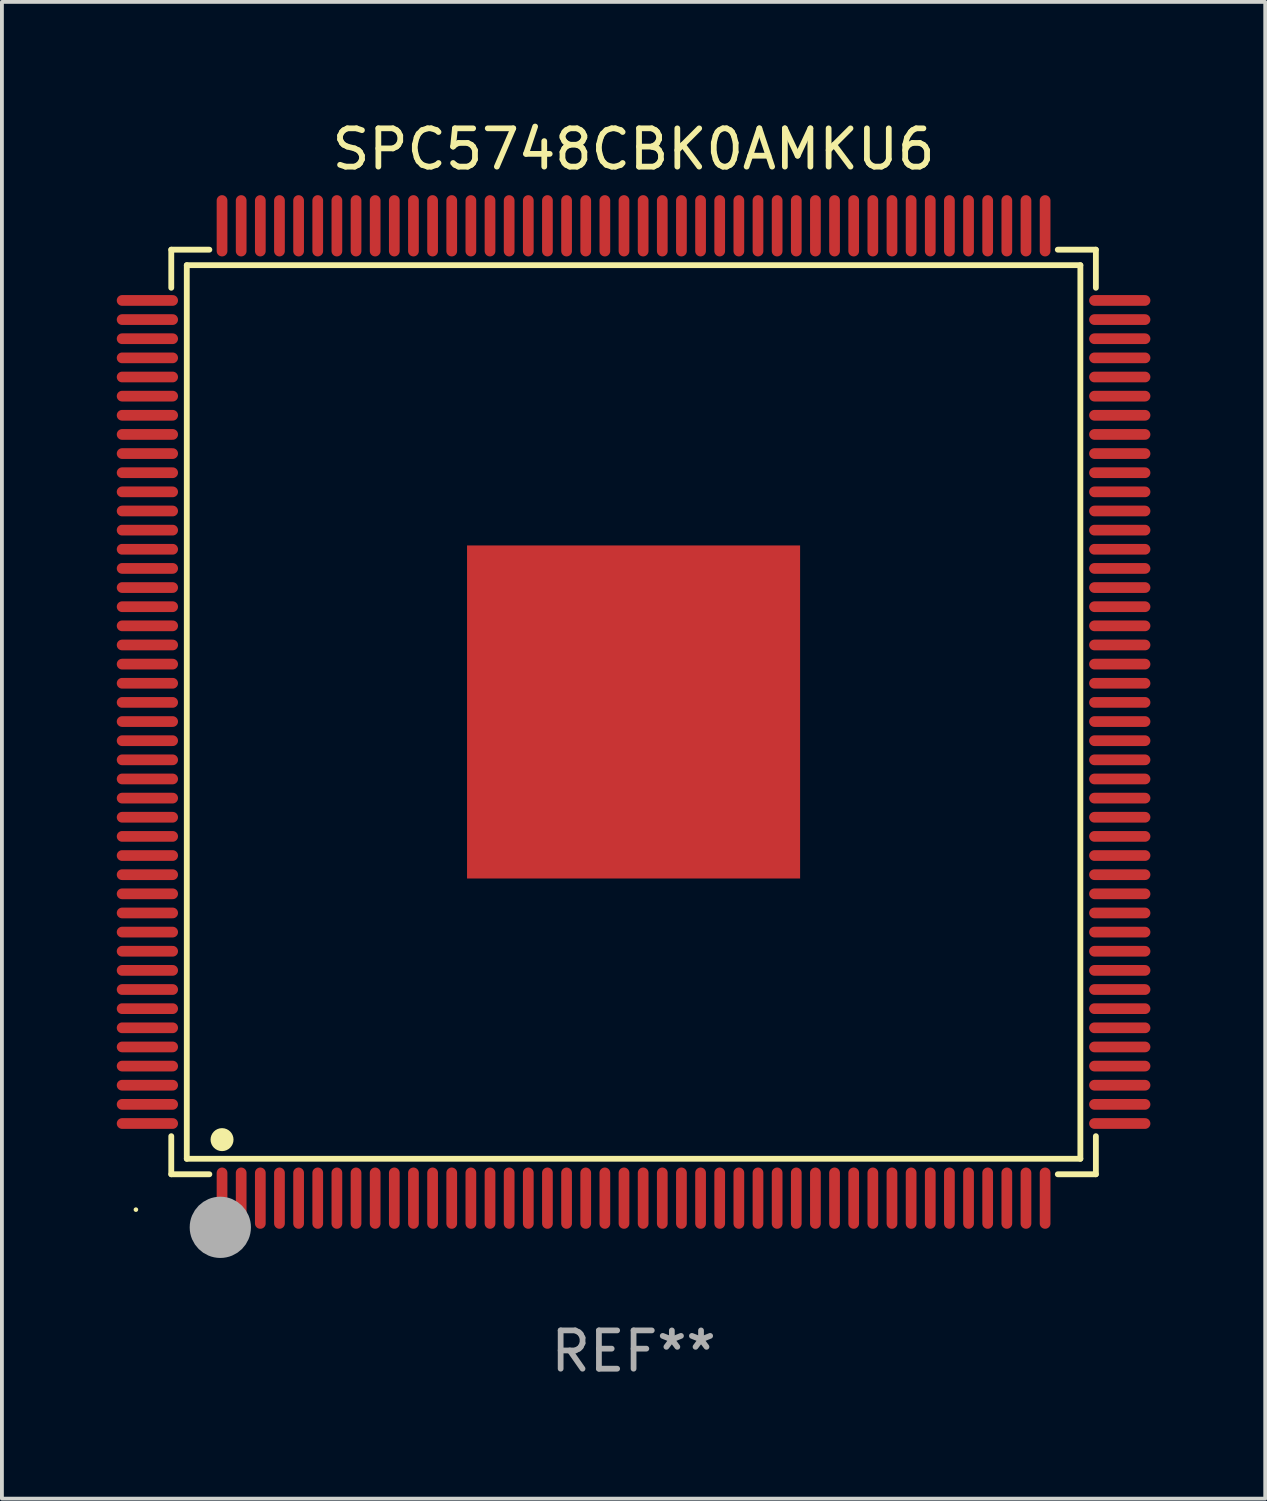
<source format=kicad_pcb>
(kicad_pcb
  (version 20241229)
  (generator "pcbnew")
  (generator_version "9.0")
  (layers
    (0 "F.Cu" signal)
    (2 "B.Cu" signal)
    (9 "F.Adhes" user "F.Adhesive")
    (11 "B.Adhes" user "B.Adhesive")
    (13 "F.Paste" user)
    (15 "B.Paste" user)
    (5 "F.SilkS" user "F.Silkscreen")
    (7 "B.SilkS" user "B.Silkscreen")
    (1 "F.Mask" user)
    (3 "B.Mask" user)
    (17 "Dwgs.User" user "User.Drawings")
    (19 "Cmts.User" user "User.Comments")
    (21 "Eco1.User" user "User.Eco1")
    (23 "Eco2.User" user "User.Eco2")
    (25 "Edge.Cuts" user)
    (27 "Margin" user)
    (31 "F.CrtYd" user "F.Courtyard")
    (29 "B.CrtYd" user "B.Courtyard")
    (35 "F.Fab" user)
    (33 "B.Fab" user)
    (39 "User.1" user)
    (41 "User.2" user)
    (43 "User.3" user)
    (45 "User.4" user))
  (footprint "SPC5748CBK0AMKU6"
    (layer "F.Cu")
    (at 13.5 15.548)
    (property "Reference" "SPC5748CBK0AMKU6" (at 0 -14.7 0) (layer "F.SilkS") (effects (font (size 1 1) (thickness 0.15))))
    (attr through_hole)
    (fp_line (start -12.076 -12.076) (end -11.081 -12.076) (stroke (width 0.152) (type solid)) (layer "F.SilkS"))
    (fp_line (start -12.076 -11.081) (end -12.076 -12.076) (stroke (width 0.152) (type solid)) (layer "F.SilkS"))
    (fp_line (start -12.076 11.081) (end -12.076 12.076) (stroke (width 0.152) (type solid)) (layer "F.SilkS"))
    (fp_line (start -12.076 12.076) (end -11.081 12.076) (stroke (width 0.152) (type solid)) (layer "F.SilkS"))
    (fp_line (start -11.671 -11.671) (end 11.671 -11.671) (stroke (width 0.152) (type solid)) (layer "F.SilkS"))
    (fp_line (start -11.671 11.671) (end -11.671 -11.671) (stroke (width 0.152) (type solid)) (layer "F.SilkS"))
    (fp_line (start 11.671 -11.671) (end 11.671 11.671) (stroke (width 0.152) (type solid)) (layer "F.SilkS"))
    (fp_line (start 11.671 11.671) (end -11.671 11.671) (stroke (width 0.152) (type solid)) (layer "F.SilkS"))
    (fp_line (start 12.076 -12.076) (end 11.081 -12.076) (stroke (width 0.152) (type solid)) (layer "F.SilkS"))
    (fp_line (start 12.076 -11.081) (end 12.076 -12.076) (stroke (width 0.152) (type solid)) (layer "F.SilkS"))
    (fp_line (start 12.076 11.081) (end 12.076 12.076) (stroke (width 0.152) (type solid)) (layer "F.SilkS"))
    (fp_line (start 12.076 12.076) (end 11.081 12.076) (stroke (width 0.152) (type solid)) (layer "F.SilkS"))
    (fp_circle (center -13 13) (end -12.97 13) (stroke (width 0.06) (type solid)) (fill no) (layer "F.SilkS"))
    (fp_circle (center -10.75 11.171) (end -10.6 11.171) (stroke (width 0.3) (type solid)) (fill no) (layer "F.SilkS"))
    (fp_circle (center -10.75 13.8) (end -10.65 13.8) (stroke (width 0.2) (type solid)) (fill no) (layer "F.SilkS"))
    (fp_circle (center -10.795 13.462) (end -10.395 13.462) (stroke (width 0.8) (type solid)) (fill no) (layer "F.Fab"))
    (fp_text user "REF**" (at 0 16.7 0) (layer "F.Fab") (effects (font (size 1 1) (thickness 0.15))))
    (pad "1" smd oval (at -10.75 12.7) (size 0.28 1.6) (layers "F.Cu" "F.Mask" "F.Paste"))
    (pad "2" smd oval (at -10.25 12.7) (size 0.28 1.6) (layers "F.Cu" "F.Mask" "F.Paste"))
    (pad "3" smd oval (at -9.75 12.7) (size 0.28 1.6) (layers "F.Cu" "F.Mask" "F.Paste"))
    (pad "4" smd oval (at -9.25 12.7) (size 0.28 1.6) (layers "F.Cu" "F.Mask" "F.Paste"))
    (pad "5" smd oval (at -8.75 12.7) (size 0.28 1.6) (layers "F.Cu" "F.Mask" "F.Paste"))
    (pad "6" smd oval (at -8.25 12.7) (size 0.28 1.6) (layers "F.Cu" "F.Mask" "F.Paste"))
    (pad "7" smd oval (at -7.75 12.7) (size 0.28 1.6) (layers "F.Cu" "F.Mask" "F.Paste"))
    (pad "8" smd oval (at -7.25 12.7) (size 0.28 1.6) (layers "F.Cu" "F.Mask" "F.Paste"))
    (pad "9" smd oval (at -6.75 12.7) (size 0.28 1.6) (layers "F.Cu" "F.Mask" "F.Paste"))
    (pad "10" smd oval (at -6.25 12.7) (size 0.28 1.6) (layers "F.Cu" "F.Mask" "F.Paste"))
    (pad "11" smd oval (at -5.75 12.7) (size 0.28 1.6) (layers "F.Cu" "F.Mask" "F.Paste"))
    (pad "12" smd oval (at -5.25 12.7) (size 0.28 1.6) (layers "F.Cu" "F.Mask" "F.Paste"))
    (pad "13" smd oval (at -4.75 12.7) (size 0.28 1.6) (layers "F.Cu" "F.Mask" "F.Paste"))
    (pad "14" smd oval (at -4.25 12.7) (size 0.28 1.6) (layers "F.Cu" "F.Mask" "F.Paste"))
    (pad "15" smd oval (at -3.75 12.7) (size 0.28 1.6) (layers "F.Cu" "F.Mask" "F.Paste"))
    (pad "16" smd oval (at -3.25 12.7) (size 0.28 1.6) (layers "F.Cu" "F.Mask" "F.Paste"))
    (pad "17" smd oval (at -2.75 12.7) (size 0.28 1.6) (layers "F.Cu" "F.Mask" "F.Paste"))
    (pad "18" smd oval (at -2.25 12.7) (size 0.28 1.6) (layers "F.Cu" "F.Mask" "F.Paste"))
    (pad "19" smd oval (at -1.75 12.7) (size 0.28 1.6) (layers "F.Cu" "F.Mask" "F.Paste"))
    (pad "20" smd oval (at -1.25 12.7) (size 0.28 1.6) (layers "F.Cu" "F.Mask" "F.Paste"))
    (pad "21" smd oval (at -0.75 12.7) (size 0.28 1.6) (layers "F.Cu" "F.Mask" "F.Paste"))
    (pad "22" smd oval (at -0.25 12.7) (size 0.28 1.6) (layers "F.Cu" "F.Mask" "F.Paste"))
    (pad "23" smd oval (at 0.25 12.7) (size 0.28 1.6) (layers "F.Cu" "F.Mask" "F.Paste"))
    (pad "24" smd oval (at 0.75 12.7) (size 0.28 1.6) (layers "F.Cu" "F.Mask" "F.Paste"))
    (pad "25" smd oval (at 1.25 12.7) (size 0.28 1.6) (layers "F.Cu" "F.Mask" "F.Paste"))
    (pad "26" smd oval (at 1.75 12.7) (size 0.28 1.6) (layers "F.Cu" "F.Mask" "F.Paste"))
    (pad "27" smd oval (at 2.25 12.7) (size 0.28 1.6) (layers "F.Cu" "F.Mask" "F.Paste"))
    (pad "28" smd oval (at 2.75 12.7) (size 0.28 1.6) (layers "F.Cu" "F.Mask" "F.Paste"))
    (pad "29" smd oval (at 3.25 12.7) (size 0.28 1.6) (layers "F.Cu" "F.Mask" "F.Paste"))
    (pad "30" smd oval (at 3.75 12.7) (size 0.28 1.6) (layers "F.Cu" "F.Mask" "F.Paste"))
    (pad "31" smd oval (at 4.25 12.7) (size 0.28 1.6) (layers "F.Cu" "F.Mask" "F.Paste"))
    (pad "32" smd oval (at 4.75 12.7) (size 0.28 1.6) (layers "F.Cu" "F.Mask" "F.Paste"))
    (pad "33" smd oval (at 5.25 12.7) (size 0.28 1.6) (layers "F.Cu" "F.Mask" "F.Paste"))
    (pad "34" smd oval (at 5.75 12.7) (size 0.28 1.6) (layers "F.Cu" "F.Mask" "F.Paste"))
    (pad "35" smd oval (at 6.25 12.7) (size 0.28 1.6) (layers "F.Cu" "F.Mask" "F.Paste"))
    (pad "36" smd oval (at 6.75 12.7) (size 0.28 1.6) (layers "F.Cu" "F.Mask" "F.Paste"))
    (pad "37" smd oval (at 7.25 12.7) (size 0.28 1.6) (layers "F.Cu" "F.Mask" "F.Paste"))
    (pad "38" smd oval (at 7.75 12.7) (size 0.28 1.6) (layers "F.Cu" "F.Mask" "F.Paste"))
    (pad "39" smd oval (at 8.25 12.7) (size 0.28 1.6) (layers "F.Cu" "F.Mask" "F.Paste"))
    (pad "40" smd oval (at 8.75 12.7) (size 0.28 1.6) (layers "F.Cu" "F.Mask" "F.Paste"))
    (pad "41" smd oval (at 9.25 12.7) (size 0.28 1.6) (layers "F.Cu" "F.Mask" "F.Paste"))
    (pad "42" smd oval (at 9.75 12.7) (size 0.28 1.6) (layers "F.Cu" "F.Mask" "F.Paste"))
    (pad "43" smd oval (at 10.25 12.7) (size 0.28 1.6) (layers "F.Cu" "F.Mask" "F.Paste"))
    (pad "44" smd oval (at 10.75 12.7) (size 0.28 1.6) (layers "F.Cu" "F.Mask" "F.Paste"))
    (pad "45" smd oval (at 12.7 10.75) (size 1.6 0.28) (layers "F.Cu" "F.Mask" "F.Paste"))
    (pad "46" smd oval (at 12.7 10.25) (size 1.6 0.28) (layers "F.Cu" "F.Mask" "F.Paste"))
    (pad "47" smd oval (at 12.7 9.75) (size 1.6 0.28) (layers "F.Cu" "F.Mask" "F.Paste"))
    (pad "48" smd oval (at 12.7 9.25) (size 1.6 0.28) (layers "F.Cu" "F.Mask" "F.Paste"))
    (pad "49" smd oval (at 12.7 8.75) (size 1.6 0.28) (layers "F.Cu" "F.Mask" "F.Paste"))
    (pad "50" smd oval (at 12.7 8.25) (size 1.6 0.28) (layers "F.Cu" "F.Mask" "F.Paste"))
    (pad "51" smd oval (at 12.7 7.75) (size 1.6 0.28) (layers "F.Cu" "F.Mask" "F.Paste"))
    (pad "52" smd oval (at 12.7 7.25) (size 1.6 0.28) (layers "F.Cu" "F.Mask" "F.Paste"))
    (pad "53" smd oval (at 12.7 6.75) (size 1.6 0.28) (layers "F.Cu" "F.Mask" "F.Paste"))
    (pad "54" smd oval (at 12.7 6.25) (size 1.6 0.28) (layers "F.Cu" "F.Mask" "F.Paste"))
    (pad "55" smd oval (at 12.7 5.75) (size 1.6 0.28) (layers "F.Cu" "F.Mask" "F.Paste"))
    (pad "56" smd oval (at 12.7 5.25) (size 1.6 0.28) (layers "F.Cu" "F.Mask" "F.Paste"))
    (pad "57" smd oval (at 12.7 4.75) (size 1.6 0.28) (layers "F.Cu" "F.Mask" "F.Paste"))
    (pad "58" smd oval (at 12.7 4.25) (size 1.6 0.28) (layers "F.Cu" "F.Mask" "F.Paste"))
    (pad "59" smd oval (at 12.7 3.75) (size 1.6 0.28) (layers "F.Cu" "F.Mask" "F.Paste"))
    (pad "60" smd oval (at 12.7 3.25) (size 1.6 0.28) (layers "F.Cu" "F.Mask" "F.Paste"))
    (pad "61" smd oval (at 12.7 2.75) (size 1.6 0.28) (layers "F.Cu" "F.Mask" "F.Paste"))
    (pad "62" smd oval (at 12.7 2.25) (size 1.6 0.28) (layers "F.Cu" "F.Mask" "F.Paste"))
    (pad "63" smd oval (at 12.7 1.75) (size 1.6 0.28) (layers "F.Cu" "F.Mask" "F.Paste"))
    (pad "64" smd oval (at 12.7 1.25) (size 1.6 0.28) (layers "F.Cu" "F.Mask" "F.Paste"))
    (pad "65" smd oval (at 12.7 0.75) (size 1.6 0.28) (layers "F.Cu" "F.Mask" "F.Paste"))
    (pad "66" smd oval (at 12.7 0.25) (size 1.6 0.28) (layers "F.Cu" "F.Mask" "F.Paste"))
    (pad "67" smd oval (at 12.7 -0.25) (size 1.6 0.28) (layers "F.Cu" "F.Mask" "F.Paste"))
    (pad "68" smd oval (at 12.7 -0.75) (size 1.6 0.28) (layers "F.Cu" "F.Mask" "F.Paste"))
    (pad "69" smd oval (at 12.7 -1.25) (size 1.6 0.28) (layers "F.Cu" "F.Mask" "F.Paste"))
    (pad "70" smd oval (at 12.7 -1.75) (size 1.6 0.28) (layers "F.Cu" "F.Mask" "F.Paste"))
    (pad "71" smd oval (at 12.7 -2.25) (size 1.6 0.28) (layers "F.Cu" "F.Mask" "F.Paste"))
    (pad "72" smd oval (at 12.7 -2.75) (size 1.6 0.28) (layers "F.Cu" "F.Mask" "F.Paste"))
    (pad "73" smd oval (at 12.7 -3.25) (size 1.6 0.28) (layers "F.Cu" "F.Mask" "F.Paste"))
    (pad "74" smd oval (at 12.7 -3.75) (size 1.6 0.28) (layers "F.Cu" "F.Mask" "F.Paste"))
    (pad "75" smd oval (at 12.7 -4.25) (size 1.6 0.28) (layers "F.Cu" "F.Mask" "F.Paste"))
    (pad "76" smd oval (at 12.7 -4.75) (size 1.6 0.28) (layers "F.Cu" "F.Mask" "F.Paste"))
    (pad "77" smd oval (at 12.7 -5.25) (size 1.6 0.28) (layers "F.Cu" "F.Mask" "F.Paste"))
    (pad "78" smd oval (at 12.7 -5.75) (size 1.6 0.28) (layers "F.Cu" "F.Mask" "F.Paste"))
    (pad "79" smd oval (at 12.7 -6.25) (size 1.6 0.28) (layers "F.Cu" "F.Mask" "F.Paste"))
    (pad "80" smd oval (at 12.7 -6.75) (size 1.6 0.28) (layers "F.Cu" "F.Mask" "F.Paste"))
    (pad "81" smd oval (at 12.7 -7.25) (size 1.6 0.28) (layers "F.Cu" "F.Mask" "F.Paste"))
    (pad "82" smd oval (at 12.7 -7.75) (size 1.6 0.28) (layers "F.Cu" "F.Mask" "F.Paste"))
    (pad "83" smd oval (at 12.7 -8.25) (size 1.6 0.28) (layers "F.Cu" "F.Mask" "F.Paste"))
    (pad "84" smd oval (at 12.7 -8.75) (size 1.6 0.28) (layers "F.Cu" "F.Mask" "F.Paste"))
    (pad "85" smd oval (at 12.7 -9.25) (size 1.6 0.28) (layers "F.Cu" "F.Mask" "F.Paste"))
    (pad "86" smd oval (at 12.7 -9.75) (size 1.6 0.28) (layers "F.Cu" "F.Mask" "F.Paste"))
    (pad "87" smd oval (at 12.7 -10.25) (size 1.6 0.28) (layers "F.Cu" "F.Mask" "F.Paste"))
    (pad "88" smd oval (at 12.7 -10.75) (size 1.6 0.28) (layers "F.Cu" "F.Mask" "F.Paste"))
    (pad "89" smd oval (at 10.75 -12.7) (size 0.28 1.6) (layers "F.Cu" "F.Mask" "F.Paste"))
    (pad "90" smd oval (at 10.25 -12.7) (size 0.28 1.6) (layers "F.Cu" "F.Mask" "F.Paste"))
    (pad "91" smd oval (at 9.75 -12.7) (size 0.28 1.6) (layers "F.Cu" "F.Mask" "F.Paste"))
    (pad "92" smd oval (at 9.25 -12.7) (size 0.28 1.6) (layers "F.Cu" "F.Mask" "F.Paste"))
    (pad "93" smd oval (at 8.75 -12.7) (size 0.28 1.6) (layers "F.Cu" "F.Mask" "F.Paste"))
    (pad "94" smd oval (at 8.25 -12.7) (size 0.28 1.6) (layers "F.Cu" "F.Mask" "F.Paste"))
    (pad "95" smd oval (at 7.75 -12.7) (size 0.28 1.6) (layers "F.Cu" "F.Mask" "F.Paste"))
    (pad "96" smd oval (at 7.25 -12.7) (size 0.28 1.6) (layers "F.Cu" "F.Mask" "F.Paste"))
    (pad "97" smd oval (at 6.75 -12.7) (size 0.28 1.6) (layers "F.Cu" "F.Mask" "F.Paste"))
    (pad "98" smd oval (at 6.25 -12.7) (size 0.28 1.6) (layers "F.Cu" "F.Mask" "F.Paste"))
    (pad "99" smd oval (at 5.75 -12.7) (size 0.28 1.6) (layers "F.Cu" "F.Mask" "F.Paste"))
    (pad "100" smd oval (at 5.25 -12.7) (size 0.28 1.6) (layers "F.Cu" "F.Mask" "F.Paste"))
    (pad "101" smd oval (at 4.75 -12.7) (size 0.28 1.6) (layers "F.Cu" "F.Mask" "F.Paste"))
    (pad "102" smd oval (at 4.25 -12.7) (size 0.28 1.6) (layers "F.Cu" "F.Mask" "F.Paste"))
    (pad "103" smd oval (at 3.75 -12.7) (size 0.28 1.6) (layers "F.Cu" "F.Mask" "F.Paste"))
    (pad "104" smd oval (at 3.25 -12.7) (size 0.28 1.6) (layers "F.Cu" "F.Mask" "F.Paste"))
    (pad "105" smd oval (at 2.75 -12.7) (size 0.28 1.6) (layers "F.Cu" "F.Mask" "F.Paste"))
    (pad "106" smd oval (at 2.25 -12.7) (size 0.28 1.6) (layers "F.Cu" "F.Mask" "F.Paste"))
    (pad "107" smd oval (at 1.75 -12.7) (size 0.28 1.6) (layers "F.Cu" "F.Mask" "F.Paste"))
    (pad "108" smd oval (at 1.25 -12.7) (size 0.28 1.6) (layers "F.Cu" "F.Mask" "F.Paste"))
    (pad "109" smd oval (at 0.75 -12.7) (size 0.28 1.6) (layers "F.Cu" "F.Mask" "F.Paste"))
    (pad "110" smd oval (at 0.25 -12.7) (size 0.28 1.6) (layers "F.Cu" "F.Mask" "F.Paste"))
    (pad "111" smd oval (at -0.25 -12.7) (size 0.28 1.6) (layers "F.Cu" "F.Mask" "F.Paste"))
    (pad "112" smd oval (at -0.75 -12.7) (size 0.28 1.6) (layers "F.Cu" "F.Mask" "F.Paste"))
    (pad "113" smd oval (at -1.25 -12.7) (size 0.28 1.6) (layers "F.Cu" "F.Mask" "F.Paste"))
    (pad "114" smd oval (at -1.75 -12.7) (size 0.28 1.6) (layers "F.Cu" "F.Mask" "F.Paste"))
    (pad "115" smd oval (at -2.25 -12.7) (size 0.28 1.6) (layers "F.Cu" "F.Mask" "F.Paste"))
    (pad "116" smd oval (at -2.75 -12.7) (size 0.28 1.6) (layers "F.Cu" "F.Mask" "F.Paste"))
    (pad "117" smd oval (at -3.25 -12.7) (size 0.28 1.6) (layers "F.Cu" "F.Mask" "F.Paste"))
    (pad "118" smd oval (at -3.75 -12.7) (size 0.28 1.6) (layers "F.Cu" "F.Mask" "F.Paste"))
    (pad "119" smd oval (at -4.25 -12.7) (size 0.28 1.6) (layers "F.Cu" "F.Mask" "F.Paste"))
    (pad "120" smd oval (at -4.75 -12.7) (size 0.28 1.6) (layers "F.Cu" "F.Mask" "F.Paste"))
    (pad "121" smd oval (at -5.25 -12.7) (size 0.28 1.6) (layers "F.Cu" "F.Mask" "F.Paste"))
    (pad "122" smd oval (at -5.75 -12.7) (size 0.28 1.6) (layers "F.Cu" "F.Mask" "F.Paste"))
    (pad "123" smd oval (at -6.25 -12.7) (size 0.28 1.6) (layers "F.Cu" "F.Mask" "F.Paste"))
    (pad "124" smd oval (at -6.75 -12.7) (size 0.28 1.6) (layers "F.Cu" "F.Mask" "F.Paste"))
    (pad "125" smd oval (at -7.25 -12.7) (size 0.28 1.6) (layers "F.Cu" "F.Mask" "F.Paste"))
    (pad "126" smd oval (at -7.75 -12.7) (size 0.28 1.6) (layers "F.Cu" "F.Mask" "F.Paste"))
    (pad "127" smd oval (at -8.25 -12.7) (size 0.28 1.6) (layers "F.Cu" "F.Mask" "F.Paste"))
    (pad "128" smd oval (at -8.75 -12.7) (size 0.28 1.6) (layers "F.Cu" "F.Mask" "F.Paste"))
    (pad "129" smd oval (at -9.25 -12.7) (size 0.28 1.6) (layers "F.Cu" "F.Mask" "F.Paste"))
    (pad "130" smd oval (at -9.75 -12.7) (size 0.28 1.6) (layers "F.Cu" "F.Mask" "F.Paste"))
    (pad "131" smd oval (at -10.25 -12.7) (size 0.28 1.6) (layers "F.Cu" "F.Mask" "F.Paste"))
    (pad "132" smd oval (at -10.75 -12.7) (size 0.28 1.6) (layers "F.Cu" "F.Mask" "F.Paste"))
    (pad "133" smd oval (at -12.7 -10.75) (size 1.6 0.28) (layers "F.Cu" "F.Mask" "F.Paste"))
    (pad "134" smd oval (at -12.7 -10.25) (size 1.6 0.28) (layers "F.Cu" "F.Mask" "F.Paste"))
    (pad "135" smd oval (at -12.7 -9.75) (size 1.6 0.28) (layers "F.Cu" "F.Mask" "F.Paste"))
    (pad "136" smd oval (at -12.7 -9.25) (size 1.6 0.28) (layers "F.Cu" "F.Mask" "F.Paste"))
    (pad "137" smd oval (at -12.7 -8.75) (size 1.6 0.28) (layers "F.Cu" "F.Mask" "F.Paste"))
    (pad "138" smd oval (at -12.7 -8.25) (size 1.6 0.28) (layers "F.Cu" "F.Mask" "F.Paste"))
    (pad "139" smd oval (at -12.7 -7.75) (size 1.6 0.28) (layers "F.Cu" "F.Mask" "F.Paste"))
    (pad "140" smd oval (at -12.7 -7.25) (size 1.6 0.28) (layers "F.Cu" "F.Mask" "F.Paste"))
    (pad "141" smd oval (at -12.7 -6.75) (size 1.6 0.28) (layers "F.Cu" "F.Mask" "F.Paste"))
    (pad "142" smd oval (at -12.7 -6.25) (size 1.6 0.28) (layers "F.Cu" "F.Mask" "F.Paste"))
    (pad "143" smd oval (at -12.7 -5.75) (size 1.6 0.28) (layers "F.Cu" "F.Mask" "F.Paste"))
    (pad "144" smd oval (at -12.7 -5.25) (size 1.6 0.28) (layers "F.Cu" "F.Mask" "F.Paste"))
    (pad "145" smd oval (at -12.7 -4.75) (size 1.6 0.28) (layers "F.Cu" "F.Mask" "F.Paste"))
    (pad "146" smd oval (at -12.7 -4.25) (size 1.6 0.28) (layers "F.Cu" "F.Mask" "F.Paste"))
    (pad "147" smd oval (at -12.7 -3.75) (size 1.6 0.28) (layers "F.Cu" "F.Mask" "F.Paste"))
    (pad "148" smd oval (at -12.7 -3.25) (size 1.6 0.28) (layers "F.Cu" "F.Mask" "F.Paste"))
    (pad "149" smd oval (at -12.7 -2.75) (size 1.6 0.28) (layers "F.Cu" "F.Mask" "F.Paste"))
    (pad "150" smd oval (at -12.7 -2.25) (size 1.6 0.28) (layers "F.Cu" "F.Mask" "F.Paste"))
    (pad "151" smd oval (at -12.7 -1.75) (size 1.6 0.28) (layers "F.Cu" "F.Mask" "F.Paste"))
    (pad "152" smd oval (at -12.7 -1.25) (size 1.6 0.28) (layers "F.Cu" "F.Mask" "F.Paste"))
    (pad "153" smd oval (at -12.7 -0.75) (size 1.6 0.28) (layers "F.Cu" "F.Mask" "F.Paste"))
    (pad "154" smd oval (at -12.7 -0.25) (size 1.6 0.28) (layers "F.Cu" "F.Mask" "F.Paste"))
    (pad "155" smd oval (at -12.7 0.25) (size 1.6 0.28) (layers "F.Cu" "F.Mask" "F.Paste"))
    (pad "156" smd oval (at -12.7 0.75) (size 1.6 0.28) (layers "F.Cu" "F.Mask" "F.Paste"))
    (pad "157" smd oval (at -12.7 1.25) (size 1.6 0.28) (layers "F.Cu" "F.Mask" "F.Paste"))
    (pad "158" smd oval (at -12.7 1.75) (size 1.6 0.28) (layers "F.Cu" "F.Mask" "F.Paste"))
    (pad "159" smd oval (at -12.7 2.25) (size 1.6 0.28) (layers "F.Cu" "F.Mask" "F.Paste"))
    (pad "160" smd oval (at -12.7 2.75) (size 1.6 0.28) (layers "F.Cu" "F.Mask" "F.Paste"))
    (pad "161" smd oval (at -12.7 3.25) (size 1.6 0.28) (layers "F.Cu" "F.Mask" "F.Paste"))
    (pad "162" smd oval (at -12.7 3.75) (size 1.6 0.28) (layers "F.Cu" "F.Mask" "F.Paste"))
    (pad "163" smd oval (at -12.7 4.25) (size 1.6 0.28) (layers "F.Cu" "F.Mask" "F.Paste"))
    (pad "164" smd oval (at -12.7 4.75) (size 1.6 0.28) (layers "F.Cu" "F.Mask" "F.Paste"))
    (pad "165" smd oval (at -12.7 5.25) (size 1.6 0.28) (layers "F.Cu" "F.Mask" "F.Paste"))
    (pad "166" smd oval (at -12.7 5.75) (size 1.6 0.28) (layers "F.Cu" "F.Mask" "F.Paste"))
    (pad "167" smd oval (at -12.7 6.25) (size 1.6 0.28) (layers "F.Cu" "F.Mask" "F.Paste"))
    (pad "168" smd oval (at -12.7 6.75) (size 1.6 0.28) (layers "F.Cu" "F.Mask" "F.Paste"))
    (pad "169" smd oval (at -12.7 7.25) (size 1.6 0.28) (layers "F.Cu" "F.Mask" "F.Paste"))
    (pad "170" smd oval (at -12.7 7.75) (size 1.6 0.28) (layers "F.Cu" "F.Mask" "F.Paste"))
    (pad "171" smd oval (at -12.7 8.25) (size 1.6 0.28) (layers "F.Cu" "F.Mask" "F.Paste"))
    (pad "172" smd oval (at -12.7 8.75) (size 1.6 0.28) (layers "F.Cu" "F.Mask" "F.Paste"))
    (pad "173" smd oval (at -12.7 9.25) (size 1.6 0.28) (layers "F.Cu" "F.Mask" "F.Paste"))
    (pad "174" smd oval (at -12.7 9.75) (size 1.6 0.28) (layers "F.Cu" "F.Mask" "F.Paste"))
    (pad "175" smd oval (at -12.7 10.25) (size 1.6 0.28) (layers "F.Cu" "F.Mask" "F.Paste"))
    (pad "176" smd oval (at -12.7 10.75) (size 1.6 0.28) (layers "F.Cu" "F.Mask" "F.Paste"))
    (pad "177" smd rect (at 0 0) (size 8.7 8.7) (layers "F.Cu" "F.Mask" "F.Paste")))
  (gr_rect
    (start -3 -3)
    (end 30 36.097)
    (stroke (width 0.1) (type default))
    (fill no)
    (layer "Edge.Cuts")))
</source>
